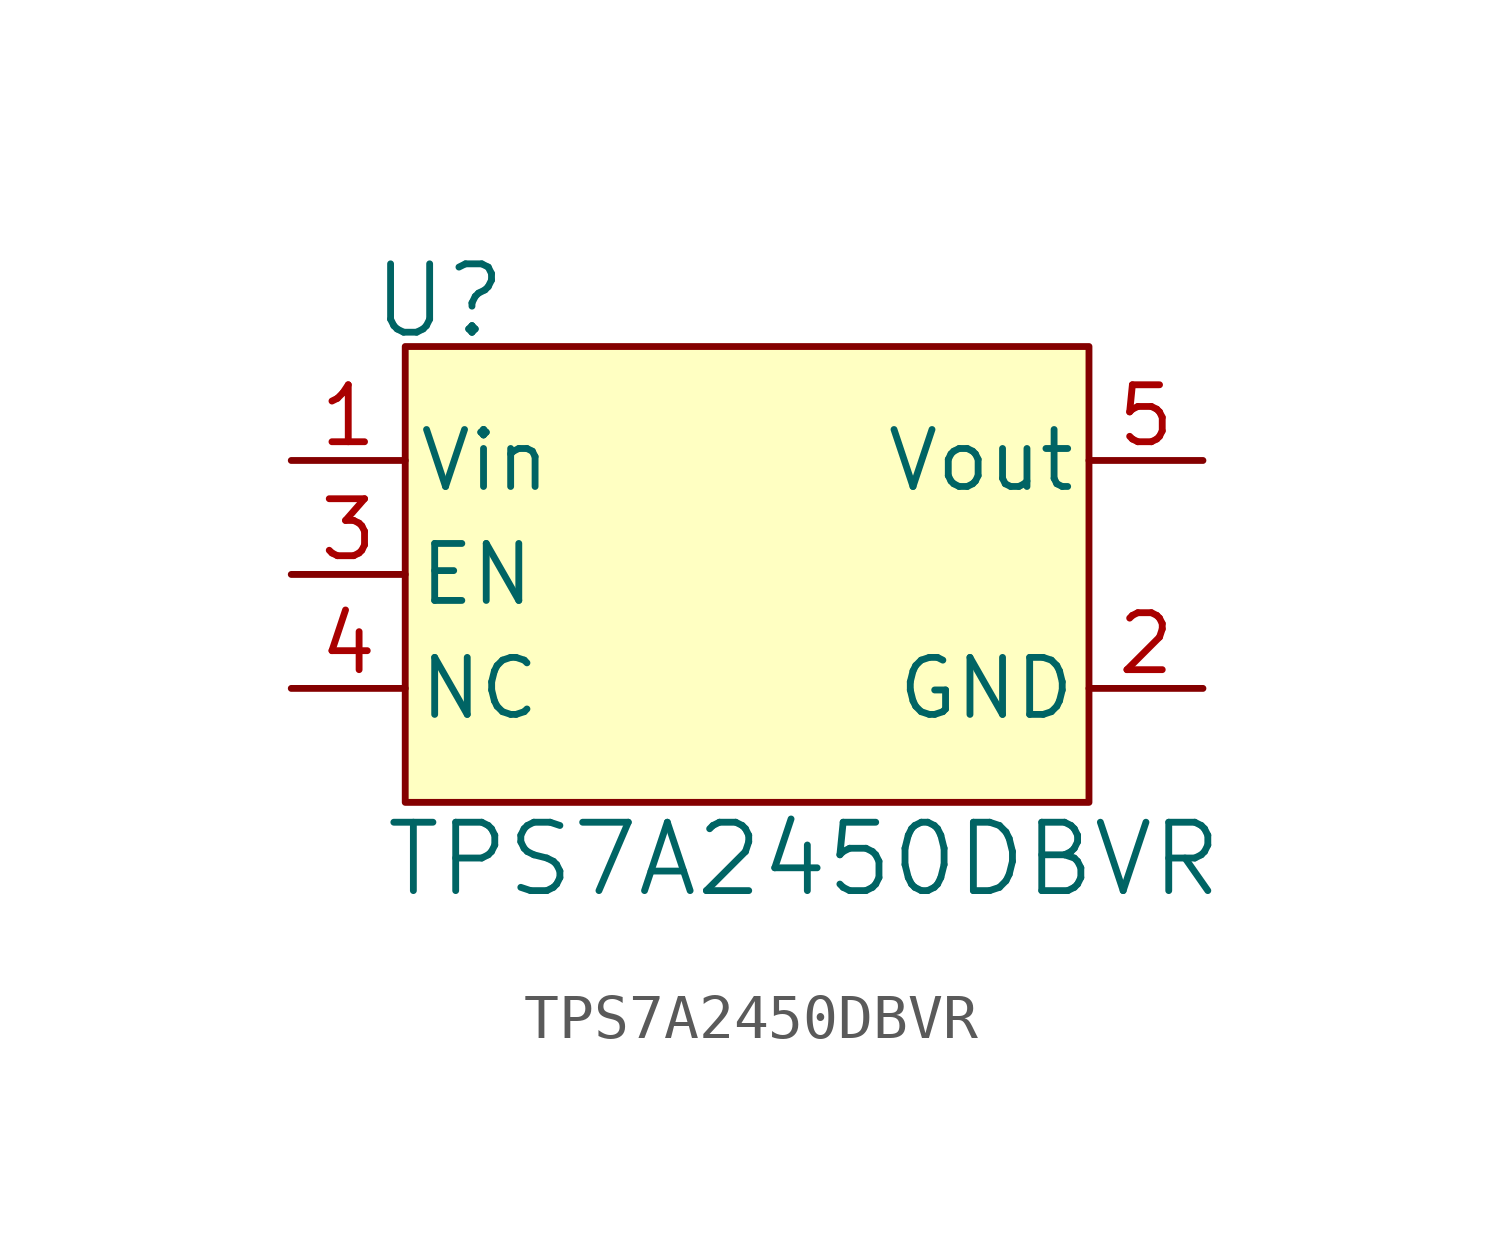
<source format=kicad_sym>
(kicad_symbol_lib
  (version 20241209)
  (generator "kicad_symbol_editor")
  (generator_version "9.0")
  (symbol "TPS7A2450DBVR"
    (pin_names
      (offset 0.254))
    (property "Reference" "U"
      (at 8.382 3.556 0)
      (effects (font (size 1.524 1.524))))
    (property "Value" "TPS7A2450DBVR"
      (at 16.51 -8.89 0)
      (effects (font (size 1.524 1.524))))
    (property "ki_locked" ""
      (at 0 0 0)
      (effects (font (size 1.27 1.27))))
    (symbol "TPS7A2450DBVR_1_1"
      (rectangle (start 7.62 2.54) (end 22.86 -7.62) (stroke (width 0) (type solid)) (fill (type color) (color 255 255 194 1)))
      (pin unspecified line (at 5.08 0 0) (length 2.54) (name "Vin" (effects (font (size 1.27 1.27)))) (number "1" (effects (font (size 1.27 1.27)))))
      (pin unspecified line (at 5.08 -2.54 0) (length 2.54) (name "EN" (effects (font (size 1.27 1.27)))) (number "3" (effects (font (size 1.27 1.27)))))
      (pin unspecified line (at 5.08 -5.08 0) (length 2.54) (name "NC" (effects (font (size 1.27 1.27)))) (number "4" (effects (font (size 1.27 1.27)))))
      (pin output line (at 25.4 0 180) (length 2.54) (name "Vout" (effects (font (size 1.27 1.27)))) (number "5" (effects (font (size 1.27 1.27)))))
      (pin power_out line (at 25.4 -5.08 180) (length 2.54) (name "GND" (effects (font (size 1.27 1.27)))) (number "2" (effects (font (size 1.27 1.27))))))))
</source>
